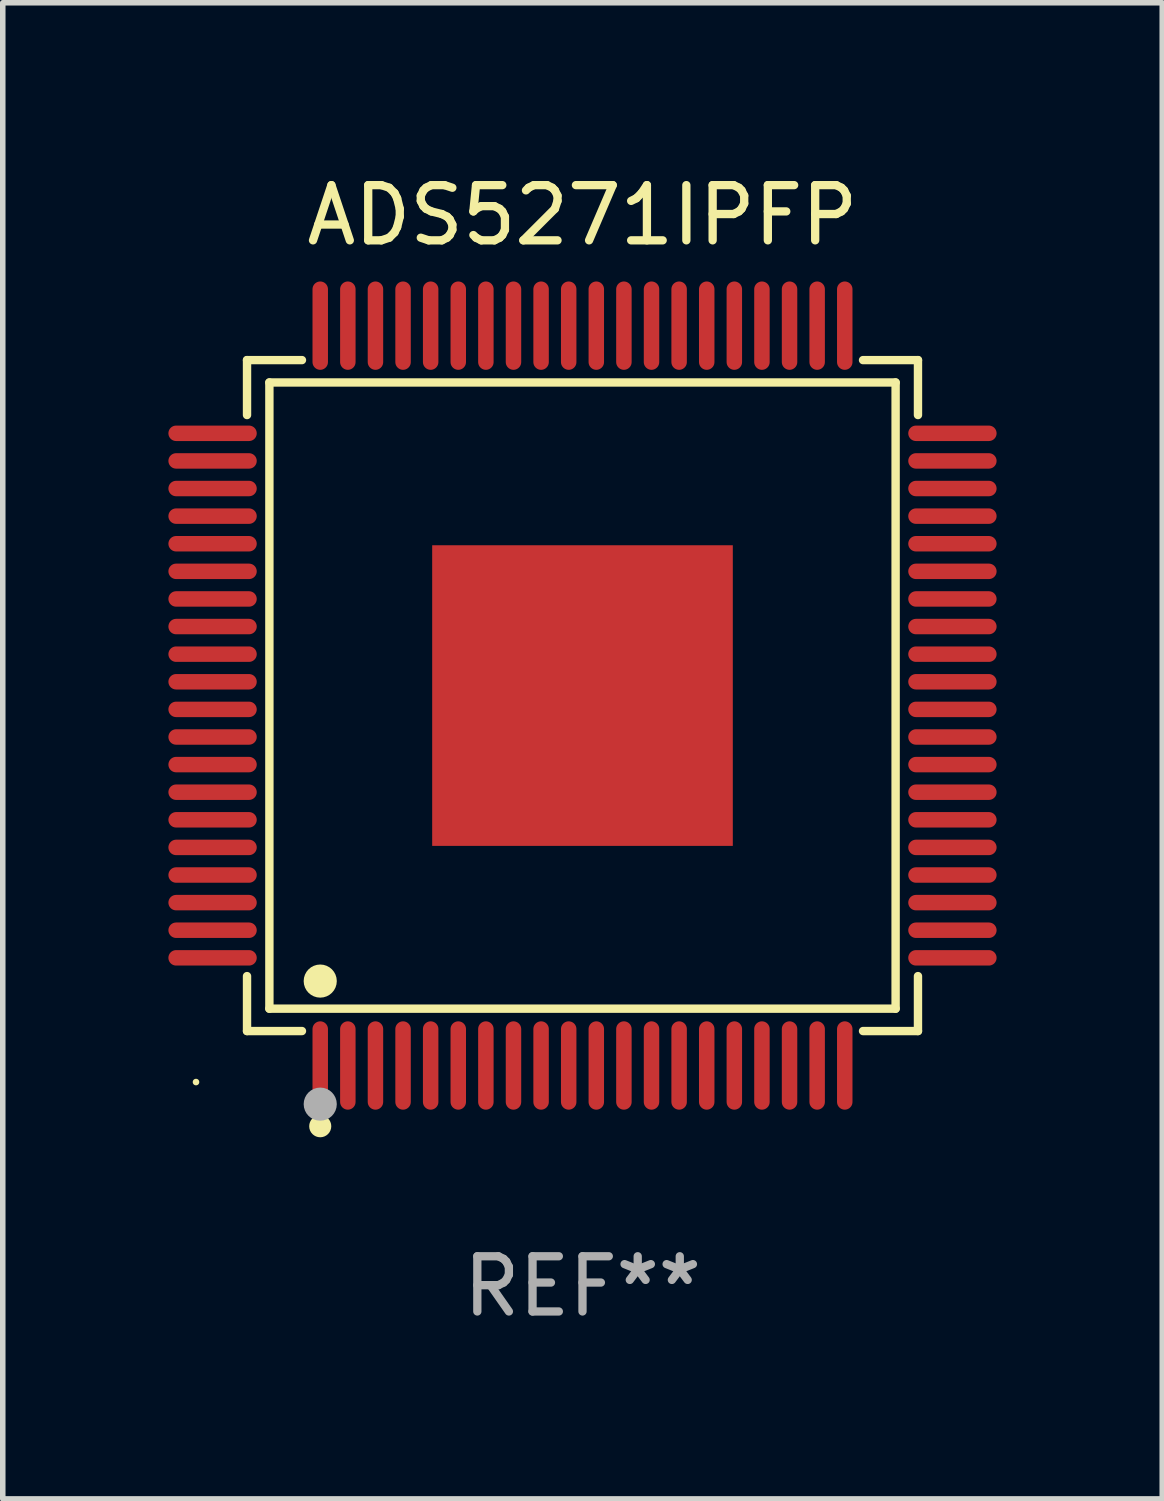
<source format=kicad_pcb>
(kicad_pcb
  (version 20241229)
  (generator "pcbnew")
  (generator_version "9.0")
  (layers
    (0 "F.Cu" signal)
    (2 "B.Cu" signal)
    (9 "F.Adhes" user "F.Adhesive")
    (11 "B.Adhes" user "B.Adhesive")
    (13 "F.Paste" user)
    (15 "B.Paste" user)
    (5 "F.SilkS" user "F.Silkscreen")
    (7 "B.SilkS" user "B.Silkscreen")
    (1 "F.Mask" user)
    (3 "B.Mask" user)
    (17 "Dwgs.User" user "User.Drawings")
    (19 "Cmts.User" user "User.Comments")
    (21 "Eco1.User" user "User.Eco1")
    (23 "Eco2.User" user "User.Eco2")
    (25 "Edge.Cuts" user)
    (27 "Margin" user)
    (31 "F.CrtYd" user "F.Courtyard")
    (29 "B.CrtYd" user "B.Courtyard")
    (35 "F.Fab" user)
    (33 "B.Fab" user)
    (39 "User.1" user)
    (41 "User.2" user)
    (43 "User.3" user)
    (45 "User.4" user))
  (footprint "ADS5271IPFP"
    (layer "F.Cu")
    (at 7.5 9.548)
    (property "Reference" "ADS5271IPFP" (at 0 -8.7 0) (layer "F.SilkS") (effects (font (size 1 1) (thickness 0.15))))
    (attr through_hole)
    (fp_line (start -6.076 -6.076) (end -5.081 -6.076) (stroke (width 0.152) (type solid)) (layer "F.SilkS"))
    (fp_line (start -6.076 -5.081) (end -6.076 -6.076) (stroke (width 0.152) (type solid)) (layer "F.SilkS"))
    (fp_line (start -6.076 5.081) (end -6.076 6.076) (stroke (width 0.152) (type solid)) (layer "F.SilkS"))
    (fp_line (start -6.076 6.076) (end -5.081 6.076) (stroke (width 0.152) (type solid)) (layer "F.SilkS"))
    (fp_line (start -5.671 -5.671) (end 5.671 -5.671) (stroke (width 0.152) (type solid)) (layer "F.SilkS"))
    (fp_line (start -5.671 5.671) (end -5.671 -5.671) (stroke (width 0.152) (type solid)) (layer "F.SilkS"))
    (fp_line (start 5.671 -5.671) (end 5.671 5.671) (stroke (width 0.152) (type solid)) (layer "F.SilkS"))
    (fp_line (start 5.671 5.671) (end -5.671 5.671) (stroke (width 0.152) (type solid)) (layer "F.SilkS"))
    (fp_line (start 6.076 -6.076) (end 5.081 -6.076) (stroke (width 0.152) (type solid)) (layer "F.SilkS"))
    (fp_line (start 6.076 -5.081) (end 6.076 -6.076) (stroke (width 0.152) (type solid)) (layer "F.SilkS"))
    (fp_line (start 6.076 5.081) (end 6.076 6.076) (stroke (width 0.152) (type solid)) (layer "F.SilkS"))
    (fp_line (start 6.076 6.076) (end 5.081 6.076) (stroke (width 0.152) (type solid)) (layer "F.SilkS"))
    (fp_circle (center -7 7) (end -6.97 7) (stroke (width 0.06) (type solid)) (fill no) (layer "F.SilkS"))
    (fp_circle (center -4.75 5.171) (end -4.6 5.171) (stroke (width 0.3) (type solid)) (fill no) (layer "F.SilkS"))
    (fp_circle (center -4.75 7.8) (end -4.65 7.8) (stroke (width 0.2) (type solid)) (fill no) (layer "F.SilkS"))
    (fp_circle (center -4.75 7.4) (end -4.6 7.4) (stroke (width 0.3) (type solid)) (fill no) (layer "F.Fab"))
    (fp_text user "REF**" (at 0 10.7 0) (layer "F.Fab") (effects (font (size 1 1) (thickness 0.15))))
    (pad "1" smd oval (at -4.75 6.7) (size 0.28 1.6) (layers "F.Cu" "F.Mask" "F.Paste"))
    (pad "2" smd oval (at -4.25 6.7) (size 0.28 1.6) (layers "F.Cu" "F.Mask" "F.Paste"))
    (pad "3" smd oval (at -3.75 6.7) (size 0.28 1.6) (layers "F.Cu" "F.Mask" "F.Paste"))
    (pad "4" smd oval (at -3.25 6.7) (size 0.28 1.6) (layers "F.Cu" "F.Mask" "F.Paste"))
    (pad "5" smd oval (at -2.75 6.7) (size 0.28 1.6) (layers "F.Cu" "F.Mask" "F.Paste"))
    (pad "6" smd oval (at -2.25 6.7) (size 0.28 1.6) (layers "F.Cu" "F.Mask" "F.Paste"))
    (pad "7" smd oval (at -1.75 6.7) (size 0.28 1.6) (layers "F.Cu" "F.Mask" "F.Paste"))
    (pad "8" smd oval (at -1.25 6.7) (size 0.28 1.6) (layers "F.Cu" "F.Mask" "F.Paste"))
    (pad "9" smd oval (at -0.75 6.7) (size 0.28 1.6) (layers "F.Cu" "F.Mask" "F.Paste"))
    (pad "10" smd oval (at -0.25 6.7) (size 0.28 1.6) (layers "F.Cu" "F.Mask" "F.Paste"))
    (pad "11" smd oval (at 0.25 6.7) (size 0.28 1.6) (layers "F.Cu" "F.Mask" "F.Paste"))
    (pad "12" smd oval (at 0.75 6.7) (size 0.28 1.6) (layers "F.Cu" "F.Mask" "F.Paste"))
    (pad "13" smd oval (at 1.25 6.7) (size 0.28 1.6) (layers "F.Cu" "F.Mask" "F.Paste"))
    (pad "14" smd oval (at 1.75 6.7) (size 0.28 1.6) (layers "F.Cu" "F.Mask" "F.Paste"))
    (pad "15" smd oval (at 2.25 6.7) (size 0.28 1.6) (layers "F.Cu" "F.Mask" "F.Paste"))
    (pad "16" smd oval (at 2.75 6.7) (size 0.28 1.6) (layers "F.Cu" "F.Mask" "F.Paste"))
    (pad "17" smd oval (at 3.25 6.7) (size 0.28 1.6) (layers "F.Cu" "F.Mask" "F.Paste"))
    (pad "18" smd oval (at 3.75 6.7) (size 0.28 1.6) (layers "F.Cu" "F.Mask" "F.Paste"))
    (pad "19" smd oval (at 4.25 6.7) (size 0.28 1.6) (layers "F.Cu" "F.Mask" "F.Paste"))
    (pad "20" smd oval (at 4.75 6.7) (size 0.28 1.6) (layers "F.Cu" "F.Mask" "F.Paste"))
    (pad "21" smd oval (at 6.7 4.75) (size 1.6 0.28) (layers "F.Cu" "F.Mask" "F.Paste"))
    (pad "22" smd oval (at 6.7 4.25) (size 1.6 0.28) (layers "F.Cu" "F.Mask" "F.Paste"))
    (pad "23" smd oval (at 6.7 3.75) (size 1.6 0.28) (layers "F.Cu" "F.Mask" "F.Paste"))
    (pad "24" smd oval (at 6.7 3.25) (size 1.6 0.28) (layers "F.Cu" "F.Mask" "F.Paste"))
    (pad "25" smd oval (at 6.7 2.75) (size 1.6 0.28) (layers "F.Cu" "F.Mask" "F.Paste"))
    (pad "26" smd oval (at 6.7 2.25) (size 1.6 0.28) (layers "F.Cu" "F.Mask" "F.Paste"))
    (pad "27" smd oval (at 6.7 1.75) (size 1.6 0.28) (layers "F.Cu" "F.Mask" "F.Paste"))
    (pad "28" smd oval (at 6.7 1.25) (size 1.6 0.28) (layers "F.Cu" "F.Mask" "F.Paste"))
    (pad "29" smd oval (at 6.7 0.75) (size 1.6 0.28) (layers "F.Cu" "F.Mask" "F.Paste"))
    (pad "30" smd oval (at 6.7 0.25) (size 1.6 0.28) (layers "F.Cu" "F.Mask" "F.Paste"))
    (pad "31" smd oval (at 6.7 -0.25) (size 1.6 0.28) (layers "F.Cu" "F.Mask" "F.Paste"))
    (pad "32" smd oval (at 6.7 -0.75) (size 1.6 0.28) (layers "F.Cu" "F.Mask" "F.Paste"))
    (pad "33" smd oval (at 6.7 -1.25) (size 1.6 0.28) (layers "F.Cu" "F.Mask" "F.Paste"))
    (pad "34" smd oval (at 6.7 -1.75) (size 1.6 0.28) (layers "F.Cu" "F.Mask" "F.Paste"))
    (pad "35" smd oval (at 6.7 -2.25) (size 1.6 0.28) (layers "F.Cu" "F.Mask" "F.Paste"))
    (pad "36" smd oval (at 6.7 -2.75) (size 1.6 0.28) (layers "F.Cu" "F.Mask" "F.Paste"))
    (pad "37" smd oval (at 6.7 -3.25) (size 1.6 0.28) (layers "F.Cu" "F.Mask" "F.Paste"))
    (pad "38" smd oval (at 6.7 -3.75) (size 1.6 0.28) (layers "F.Cu" "F.Mask" "F.Paste"))
    (pad "39" smd oval (at 6.7 -4.25) (size 1.6 0.28) (layers "F.Cu" "F.Mask" "F.Paste"))
    (pad "40" smd oval (at 6.7 -4.75) (size 1.6 0.28) (layers "F.Cu" "F.Mask" "F.Paste"))
    (pad "41" smd oval (at 4.75 -6.7) (size 0.28 1.6) (layers "F.Cu" "F.Mask" "F.Paste"))
    (pad "42" smd oval (at 4.25 -6.7) (size 0.28 1.6) (layers "F.Cu" "F.Mask" "F.Paste"))
    (pad "43" smd oval (at 3.75 -6.7) (size 0.28 1.6) (layers "F.Cu" "F.Mask" "F.Paste"))
    (pad "44" smd oval (at 3.25 -6.7) (size 0.28 1.6) (layers "F.Cu" "F.Mask" "F.Paste"))
    (pad "45" smd oval (at 2.75 -6.7) (size 0.28 1.6) (layers "F.Cu" "F.Mask" "F.Paste"))
    (pad "46" smd oval (at 2.25 -6.7) (size 0.28 1.6) (layers "F.Cu" "F.Mask" "F.Paste"))
    (pad "47" smd oval (at 1.75 -6.7) (size 0.28 1.6) (layers "F.Cu" "F.Mask" "F.Paste"))
    (pad "48" smd oval (at 1.25 -6.7) (size 0.28 1.6) (layers "F.Cu" "F.Mask" "F.Paste"))
    (pad "49" smd oval (at 0.75 -6.7) (size 0.28 1.6) (layers "F.Cu" "F.Mask" "F.Paste"))
    (pad "50" smd oval (at 0.25 -6.7) (size 0.28 1.6) (layers "F.Cu" "F.Mask" "F.Paste"))
    (pad "51" smd oval (at -0.25 -6.7) (size 0.28 1.6) (layers "F.Cu" "F.Mask" "F.Paste"))
    (pad "52" smd oval (at -0.75 -6.7) (size 0.28 1.6) (layers "F.Cu" "F.Mask" "F.Paste"))
    (pad "53" smd oval (at -1.25 -6.7) (size 0.28 1.6) (layers "F.Cu" "F.Mask" "F.Paste"))
    (pad "54" smd oval (at -1.75 -6.7) (size 0.28 1.6) (layers "F.Cu" "F.Mask" "F.Paste"))
    (pad "55" smd oval (at -2.25 -6.7) (size 0.28 1.6) (layers "F.Cu" "F.Mask" "F.Paste"))
    (pad "56" smd oval (at -2.75 -6.7) (size 0.28 1.6) (layers "F.Cu" "F.Mask" "F.Paste"))
    (pad "57" smd oval (at -3.25 -6.7) (size 0.28 1.6) (layers "F.Cu" "F.Mask" "F.Paste"))
    (pad "58" smd oval (at -3.75 -6.7) (size 0.28 1.6) (layers "F.Cu" "F.Mask" "F.Paste"))
    (pad "59" smd oval (at -4.25 -6.7) (size 0.28 1.6) (layers "F.Cu" "F.Mask" "F.Paste"))
    (pad "60" smd oval (at -4.75 -6.7) (size 0.28 1.6) (layers "F.Cu" "F.Mask" "F.Paste"))
    (pad "61" smd oval (at -6.7 -4.75) (size 1.6 0.28) (layers "F.Cu" "F.Mask" "F.Paste"))
    (pad "62" smd oval (at -6.7 -4.25) (size 1.6 0.28) (layers "F.Cu" "F.Mask" "F.Paste"))
    (pad "63" smd oval (at -6.7 -3.75) (size 1.6 0.28) (layers "F.Cu" "F.Mask" "F.Paste"))
    (pad "64" smd oval (at -6.7 -3.25) (size 1.6 0.28) (layers "F.Cu" "F.Mask" "F.Paste"))
    (pad "65" smd oval (at -6.7 -2.75) (size 1.6 0.28) (layers "F.Cu" "F.Mask" "F.Paste"))
    (pad "66" smd oval (at -6.7 -2.25) (size 1.6 0.28) (layers "F.Cu" "F.Mask" "F.Paste"))
    (pad "67" smd oval (at -6.7 -1.75) (size 1.6 0.28) (layers "F.Cu" "F.Mask" "F.Paste"))
    (pad "68" smd oval (at -6.7 -1.25) (size 1.6 0.28) (layers "F.Cu" "F.Mask" "F.Paste"))
    (pad "69" smd oval (at -6.7 -0.75) (size 1.6 0.28) (layers "F.Cu" "F.Mask" "F.Paste"))
    (pad "70" smd oval (at -6.7 -0.25) (size 1.6 0.28) (layers "F.Cu" "F.Mask" "F.Paste"))
    (pad "71" smd oval (at -6.7 0.25) (size 1.6 0.28) (layers "F.Cu" "F.Mask" "F.Paste"))
    (pad "72" smd oval (at -6.7 0.75) (size 1.6 0.28) (layers "F.Cu" "F.Mask" "F.Paste"))
    (pad "73" smd oval (at -6.7 1.25) (size 1.6 0.28) (layers "F.Cu" "F.Mask" "F.Paste"))
    (pad "74" smd oval (at -6.7 1.75) (size 1.6 0.28) (layers "F.Cu" "F.Mask" "F.Paste"))
    (pad "75" smd oval (at -6.7 2.25) (size 1.6 0.28) (layers "F.Cu" "F.Mask" "F.Paste"))
    (pad "76" smd oval (at -6.7 2.75) (size 1.6 0.28) (layers "F.Cu" "F.Mask" "F.Paste"))
    (pad "77" smd oval (at -6.7 3.25) (size 1.6 0.28) (layers "F.Cu" "F.Mask" "F.Paste"))
    (pad "78" smd oval (at -6.7 3.75) (size 1.6 0.28) (layers "F.Cu" "F.Mask" "F.Paste"))
    (pad "79" smd oval (at -6.7 4.25) (size 1.6 0.28) (layers "F.Cu" "F.Mask" "F.Paste"))
    (pad "80" smd oval (at -6.7 4.75) (size 1.6 0.28) (layers "F.Cu" "F.Mask" "F.Paste"))
    (pad "81" smd rect (at 0 0) (size 5.445 5.445) (layers "F.Cu" "F.Mask" "F.Paste")))
  (gr_rect
    (start -3 -3)
    (end 18 24.097)
    (stroke (width 0.1) (type default))
    (fill no)
    (layer "Edge.Cuts")))
</source>
